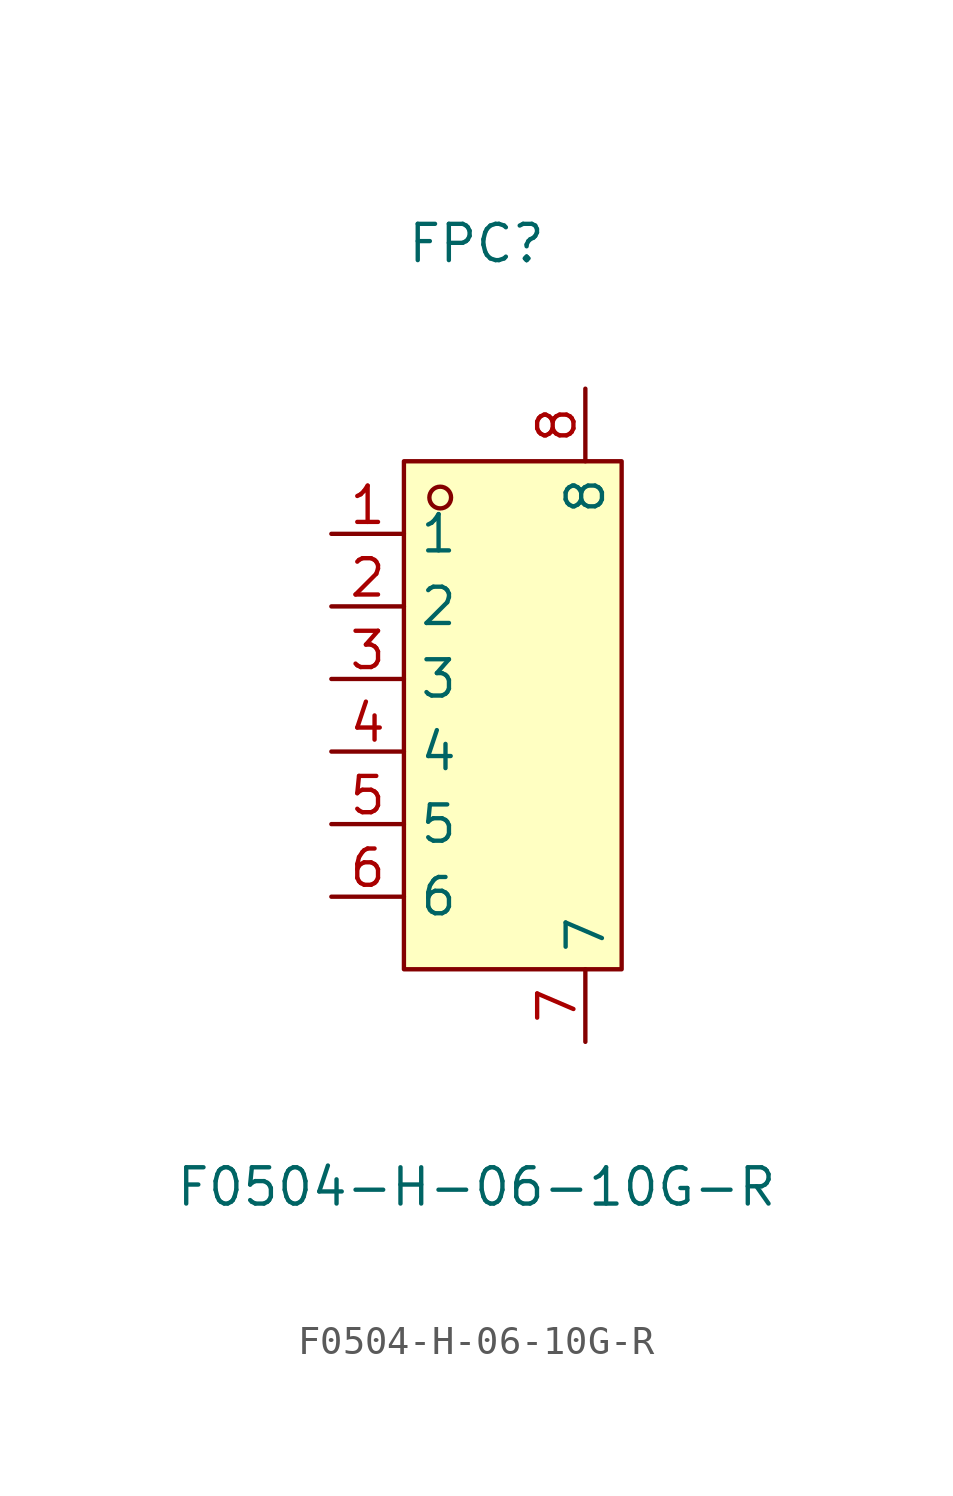
<source format=kicad_sym>
(kicad_symbol_lib
  (version 20211014)
  (generator https://github.com/uPesy/easyeda2kicad.py)
  (symbol "F0504-H-06-10G-R"
    (property "Reference" "FPC"
      (at 0 16.51 0)
      (effects (font (size 1.27 1.27))))
    (property "Value" "F0504-H-06-10G-R"
      (at 0 -16.51 0)
      (effects (font (size 1.27 1.27))))
    (symbol "F0504-H-06-10G-R_0_1"
      (rectangle (start -2.54 8.89) (end 5.08 -8.89) (stroke (width 0) (type default) (color 0 0 0 0)) (fill (type background)))
      (circle (center -1.27 7.62) (radius 0.38) (stroke (width 0) (type default) (color 0 0 0 0)) (fill (type none)))
      (pin unspecified line (at -5.08 6.35 0) (length 2.54) (name "1" (effects (font (size 1.27 1.27)))) (number "1" (effects (font (size 1.27 1.27)))))
      (pin unspecified line (at -5.08 3.81 0) (length 2.54) (name "2" (effects (font (size 1.27 1.27)))) (number "2" (effects (font (size 1.27 1.27)))))
      (pin unspecified line (at -5.08 1.27 0) (length 2.54) (name "3" (effects (font (size 1.27 1.27)))) (number "3" (effects (font (size 1.27 1.27)))))
      (pin unspecified line (at -5.08 -1.27 0) (length 2.54) (name "4" (effects (font (size 1.27 1.27)))) (number "4" (effects (font (size 1.27 1.27)))))
      (pin unspecified line (at -5.08 -3.81 0) (length 2.54) (name "5" (effects (font (size 1.27 1.27)))) (number "5" (effects (font (size 1.27 1.27)))))
      (pin unspecified line (at -5.08 -6.35 0) (length 2.54) (name "6" (effects (font (size 1.27 1.27)))) (number "6" (effects (font (size 1.27 1.27)))))
      (pin unspecified line (at 3.81 -11.43 90) (length 2.54) (name "7" (effects (font (size 1.27 1.27)))) (number "7" (effects (font (size 1.27 1.27)))))
      (pin unspecified line (at 3.81 11.43 270) (length 2.54) (name "8" (effects (font (size 1.27 1.27)))) (number "8" (effects (font (size 1.27 1.27))))))))
</source>
